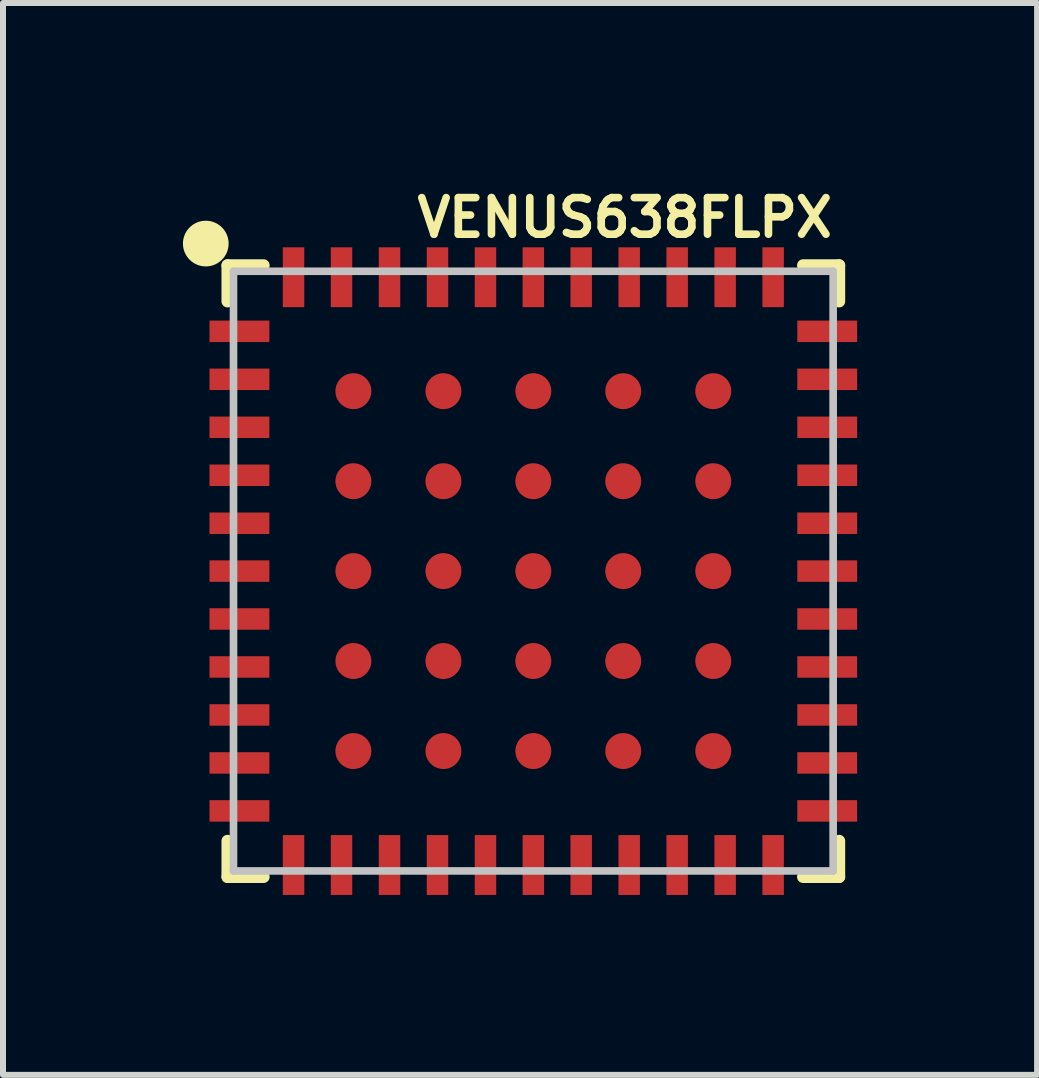
<source format=kicad_pcb>
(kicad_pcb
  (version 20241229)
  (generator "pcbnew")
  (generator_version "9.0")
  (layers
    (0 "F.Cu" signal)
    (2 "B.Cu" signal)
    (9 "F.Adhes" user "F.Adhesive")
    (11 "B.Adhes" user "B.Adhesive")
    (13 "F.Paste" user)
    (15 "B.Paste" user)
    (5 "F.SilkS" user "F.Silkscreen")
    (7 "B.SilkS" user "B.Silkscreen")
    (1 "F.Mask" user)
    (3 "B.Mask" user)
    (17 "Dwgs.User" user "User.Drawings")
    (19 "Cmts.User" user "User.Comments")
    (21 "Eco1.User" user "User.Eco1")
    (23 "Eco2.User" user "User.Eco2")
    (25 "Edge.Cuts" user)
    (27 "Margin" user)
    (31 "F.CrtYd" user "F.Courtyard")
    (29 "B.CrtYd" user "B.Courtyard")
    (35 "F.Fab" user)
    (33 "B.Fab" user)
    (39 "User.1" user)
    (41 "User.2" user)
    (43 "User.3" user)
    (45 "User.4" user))
  (footprint "VENUS638FLPX"
    (layer "F.Cu")
    (at 5.842 6.472)
    (property "Reference" "VENUS638FLPX" (at 1.524 -5.893 0) (layer "F.SilkS") (effects (font (size 0.61 0.61) (thickness 0.127))))
    (attr smd)
    (fp_line (start -5.098 -5.098) (end -4.498 -5.098) (stroke (width 0.203) (type solid)) (layer "F.SilkS"))
    (fp_line (start -5.098 -4.498) (end -5.098 -5.098) (stroke (width 0.203) (type solid)) (layer "F.SilkS"))
    (fp_line (start -5.098 4.498) (end -5.098 5.098) (stroke (width 0.203) (type solid)) (layer "F.SilkS"))
    (fp_line (start -5.098 5.098) (end -4.498 5.098) (stroke (width 0.203) (type solid)) (layer "F.SilkS"))
    (fp_line (start 5.098 -5.098) (end 4.498 -5.098) (stroke (width 0.203) (type solid)) (layer "F.SilkS"))
    (fp_line (start 5.098 -4.498) (end 5.098 -5.098) (stroke (width 0.203) (type solid)) (layer "F.SilkS"))
    (fp_line (start 5.098 5.098) (end 4.498 5.098) (stroke (width 0.203) (type solid)) (layer "F.SilkS"))
    (fp_line (start 5.098 5.098) (end 5.098 4.498) (stroke (width 0.203) (type solid)) (layer "F.SilkS"))
    (fp_circle (center -5.461 -5.461) (end -5.461 -5.842) (stroke (width 0) (type solid)) (fill yes) (layer "F.SilkS"))
    (fp_line (start -4.999 -4.999) (end -4.999 4.999) (stroke (width 0.127) (type solid)) (layer "Dwgs.User"))
    (fp_line (start -4.999 4.999) (end 4.999 4.999) (stroke (width 0.127) (type solid)) (layer "Dwgs.User"))
    (fp_line (start 4.999 -4.999) (end -4.999 -4.999) (stroke (width 0.127) (type solid)) (layer "Dwgs.User"))
    (fp_line (start 4.999 4.999) (end 4.999 -4.999) (stroke (width 0.127) (type solid)) (layer "Dwgs.User"))
    (pad "1" smd rect (at -4.9 -3.998 180) (size 0.998 0.358) (layers "F.Cu" "F.Mask" "F.Paste"))
    (pad "2" smd rect (at -4.9 -3.198 180) (size 0.998 0.358) (layers "F.Cu" "F.Mask" "F.Paste"))
    (pad "3" smd rect (at -4.9 -2.398 180) (size 0.998 0.358) (layers "F.Cu" "F.Mask" "F.Paste"))
    (pad "4" smd rect (at -4.9 -1.598 180) (size 0.998 0.358) (layers "F.Cu" "F.Mask" "F.Paste"))
    (pad "5" smd rect (at -4.9 -0.798 180) (size 0.998 0.358) (layers "F.Cu" "F.Mask" "F.Paste"))
    (pad "6" smd rect (at -4.9 0 180) (size 0.998 0.358) (layers "F.Cu" "F.Mask" "F.Paste"))
    (pad "7" smd rect (at -4.9 0.798 180) (size 0.998 0.358) (layers "F.Cu" "F.Mask" "F.Paste"))
    (pad "8" smd rect (at -4.9 1.598 180) (size 0.998 0.358) (layers "F.Cu" "F.Mask" "F.Paste"))
    (pad "9" smd rect (at -4.9 2.398 180) (size 0.998 0.358) (layers "F.Cu" "F.Mask" "F.Paste"))
    (pad "10" smd rect (at -4.9 3.198 180) (size 0.998 0.358) (layers "F.Cu" "F.Mask" "F.Paste"))
    (pad "11" smd rect (at -4.9 3.998 180) (size 0.998 0.358) (layers "F.Cu" "F.Mask" "F.Paste"))
    (pad "12" smd rect (at -3.998 4.9 270) (size 0.998 0.358) (layers "F.Cu" "F.Mask" "F.Paste"))
    (pad "13" smd rect (at -3.198 4.9 270) (size 0.998 0.358) (layers "F.Cu" "F.Mask" "F.Paste"))
    (pad "14" smd rect (at -2.398 4.9 270) (size 0.998 0.358) (layers "F.Cu" "F.Mask" "F.Paste"))
    (pad "15" smd rect (at -1.598 4.9 270) (size 0.998 0.358) (layers "F.Cu" "F.Mask" "F.Paste"))
    (pad "16" smd rect (at -0.798 4.9 270) (size 0.998 0.358) (layers "F.Cu" "F.Mask" "F.Paste"))
    (pad "17" smd rect (at 0 4.9 270) (size 0.998 0.358) (layers "F.Cu" "F.Mask" "F.Paste"))
    (pad "18" smd rect (at 0.798 4.9 270) (size 0.998 0.358) (layers "F.Cu" "F.Mask" "F.Paste"))
    (pad "19" smd rect (at 1.598 4.9 270) (size 0.998 0.358) (layers "F.Cu" "F.Mask" "F.Paste"))
    (pad "20" smd rect (at 2.398 4.9 270) (size 0.998 0.358) (layers "F.Cu" "F.Mask" "F.Paste"))
    (pad "21" smd rect (at 3.198 4.9 270) (size 0.998 0.358) (layers "F.Cu" "F.Mask" "F.Paste"))
    (pad "22" smd rect (at 3.998 4.9 270) (size 0.998 0.358) (layers "F.Cu" "F.Mask" "F.Paste"))
    (pad "23" smd rect (at 4.9 3.998) (size 0.998 0.358) (layers "F.Cu" "F.Mask" "F.Paste"))
    (pad "24" smd rect (at 4.9 3.198) (size 0.998 0.358) (layers "F.Cu" "F.Mask" "F.Paste"))
    (pad "25" smd rect (at 4.9 2.398) (size 0.998 0.358) (layers "F.Cu" "F.Mask" "F.Paste"))
    (pad "26" smd rect (at 4.9 1.598) (size 0.998 0.358) (layers "F.Cu" "F.Mask" "F.Paste"))
    (pad "27" smd rect (at 4.9 0.798) (size 0.998 0.358) (layers "F.Cu" "F.Mask" "F.Paste"))
    (pad "28" smd rect (at 4.9 0) (size 0.998 0.358) (layers "F.Cu" "F.Mask" "F.Paste"))
    (pad "29" smd rect (at 4.9 -0.798) (size 0.998 0.358) (layers "F.Cu" "F.Mask" "F.Paste"))
    (pad "30" smd rect (at 4.9 -1.598) (size 0.998 0.358) (layers "F.Cu" "F.Mask" "F.Paste"))
    (pad "31" smd rect (at 4.9 -2.398) (size 0.998 0.358) (layers "F.Cu" "F.Mask" "F.Paste"))
    (pad "32" smd rect (at 4.9 -3.198) (size 0.998 0.358) (layers "F.Cu" "F.Mask" "F.Paste"))
    (pad "33" smd rect (at 4.9 -3.998) (size 0.998 0.358) (layers "F.Cu" "F.Mask" "F.Paste"))
    (pad "34" smd rect (at 3.998 -4.9 90) (size 0.998 0.358) (layers "F.Cu" "F.Mask" "F.Paste"))
    (pad "35" smd rect (at 3.198 -4.9 90) (size 0.998 0.358) (layers "F.Cu" "F.Mask" "F.Paste"))
    (pad "36" smd rect (at 2.398 -4.9 90) (size 0.998 0.358) (layers "F.Cu" "F.Mask" "F.Paste"))
    (pad "37" smd rect (at 1.598 -4.9 90) (size 0.998 0.358) (layers "F.Cu" "F.Mask" "F.Paste"))
    (pad "38" smd rect (at 0.798 -4.9 90) (size 0.998 0.358) (layers "F.Cu" "F.Mask" "F.Paste"))
    (pad "39" smd rect (at 0 -4.9 90) (size 0.998 0.358) (layers "F.Cu" "F.Mask" "F.Paste"))
    (pad "40" smd rect (at -0.798 -4.9 90) (size 0.998 0.358) (layers "F.Cu" "F.Mask" "F.Paste"))
    (pad "41" smd rect (at -1.598 -4.9 90) (size 0.998 0.358) (layers "F.Cu" "F.Mask" "F.Paste"))
    (pad "42" smd rect (at -2.398 -4.9 90) (size 0.998 0.358) (layers "F.Cu" "F.Mask" "F.Paste"))
    (pad "43" smd rect (at -3.198 -4.9 90) (size 0.998 0.358) (layers "F.Cu" "F.Mask" "F.Paste"))
    (pad "44" smd rect (at -3.998 -4.9 90) (size 0.998 0.358) (layers "F.Cu" "F.Mask" "F.Paste"))
    (pad "45" smd circle (at -3 -3) (size 0.599 0.599) (layers "F.Cu" "F.Mask" "F.Paste"))
    (pad "46" smd circle (at -3 -1.499) (size 0.599 0.599) (layers "F.Cu" "F.Mask" "F.Paste"))
    (pad "47" smd circle (at -3 0) (size 0.599 0.599) (layers "F.Cu" "F.Mask" "F.Paste"))
    (pad "48" smd circle (at -3 1.499) (size 0.599 0.599) (layers "F.Cu" "F.Mask" "F.Paste"))
    (pad "49" smd circle (at -3 3) (size 0.599 0.599) (layers "F.Cu" "F.Mask" "F.Paste"))
    (pad "50" smd circle (at -1.499 -3) (size 0.599 0.599) (layers "F.Cu" "F.Mask" "F.Paste"))
    (pad "51" smd circle (at -1.499 -1.499) (size 0.599 0.599) (layers "F.Cu" "F.Mask" "F.Paste"))
    (pad "52" smd circle (at -1.499 0) (size 0.599 0.599) (layers "F.Cu" "F.Mask" "F.Paste"))
    (pad "53" smd circle (at -1.499 1.499) (size 0.599 0.599) (layers "F.Cu" "F.Mask" "F.Paste"))
    (pad "54" smd circle (at -1.499 3) (size 0.599 0.599) (layers "F.Cu" "F.Mask" "F.Paste"))
    (pad "55" smd circle (at 0 -3) (size 0.599 0.599) (layers "F.Cu" "F.Mask" "F.Paste"))
    (pad "56" smd circle (at 0 -1.499) (size 0.599 0.599) (layers "F.Cu" "F.Mask" "F.Paste"))
    (pad "57" smd circle (at 0 0) (size 0.599 0.599) (layers "F.Cu" "F.Mask" "F.Paste"))
    (pad "58" smd circle (at 0 1.499) (size 0.599 0.599) (layers "F.Cu" "F.Mask" "F.Paste"))
    (pad "59" smd circle (at 0 3) (size 0.599 0.599) (layers "F.Cu" "F.Mask" "F.Paste"))
    (pad "60" smd circle (at 1.499 -3) (size 0.599 0.599) (layers "F.Cu" "F.Mask" "F.Paste"))
    (pad "61" smd circle (at 1.499 -1.499) (size 0.599 0.599) (layers "F.Cu" "F.Mask" "F.Paste"))
    (pad "62" smd circle (at 1.499 0) (size 0.599 0.599) (layers "F.Cu" "F.Mask" "F.Paste"))
    (pad "63" smd circle (at 1.499 1.499) (size 0.599 0.599) (layers "F.Cu" "F.Mask" "F.Paste"))
    (pad "64" smd circle (at 1.499 3) (size 0.599 0.599) (layers "F.Cu" "F.Mask" "F.Paste"))
    (pad "65" smd circle (at 3 -3) (size 0.599 0.599) (layers "F.Cu" "F.Mask" "F.Paste"))
    (pad "66" smd circle (at 3 -1.499) (size 0.599 0.599) (layers "F.Cu" "F.Mask" "F.Paste"))
    (pad "67" smd circle (at 3 0) (size 0.599 0.599) (layers "F.Cu" "F.Mask" "F.Paste"))
    (pad "68" smd circle (at 3 1.499) (size 0.599 0.599) (layers "F.Cu" "F.Mask" "F.Paste"))
    (pad "69" smd circle (at 3 3) (size 0.599 0.599) (layers "F.Cu" "F.Mask" "F.Paste")))
  (gr_rect
    (start -3 -3)
    (end 14.241 14.871)
    (stroke (width 0.1) (type default))
    (fill no)
    (layer "Edge.Cuts")))
</source>
